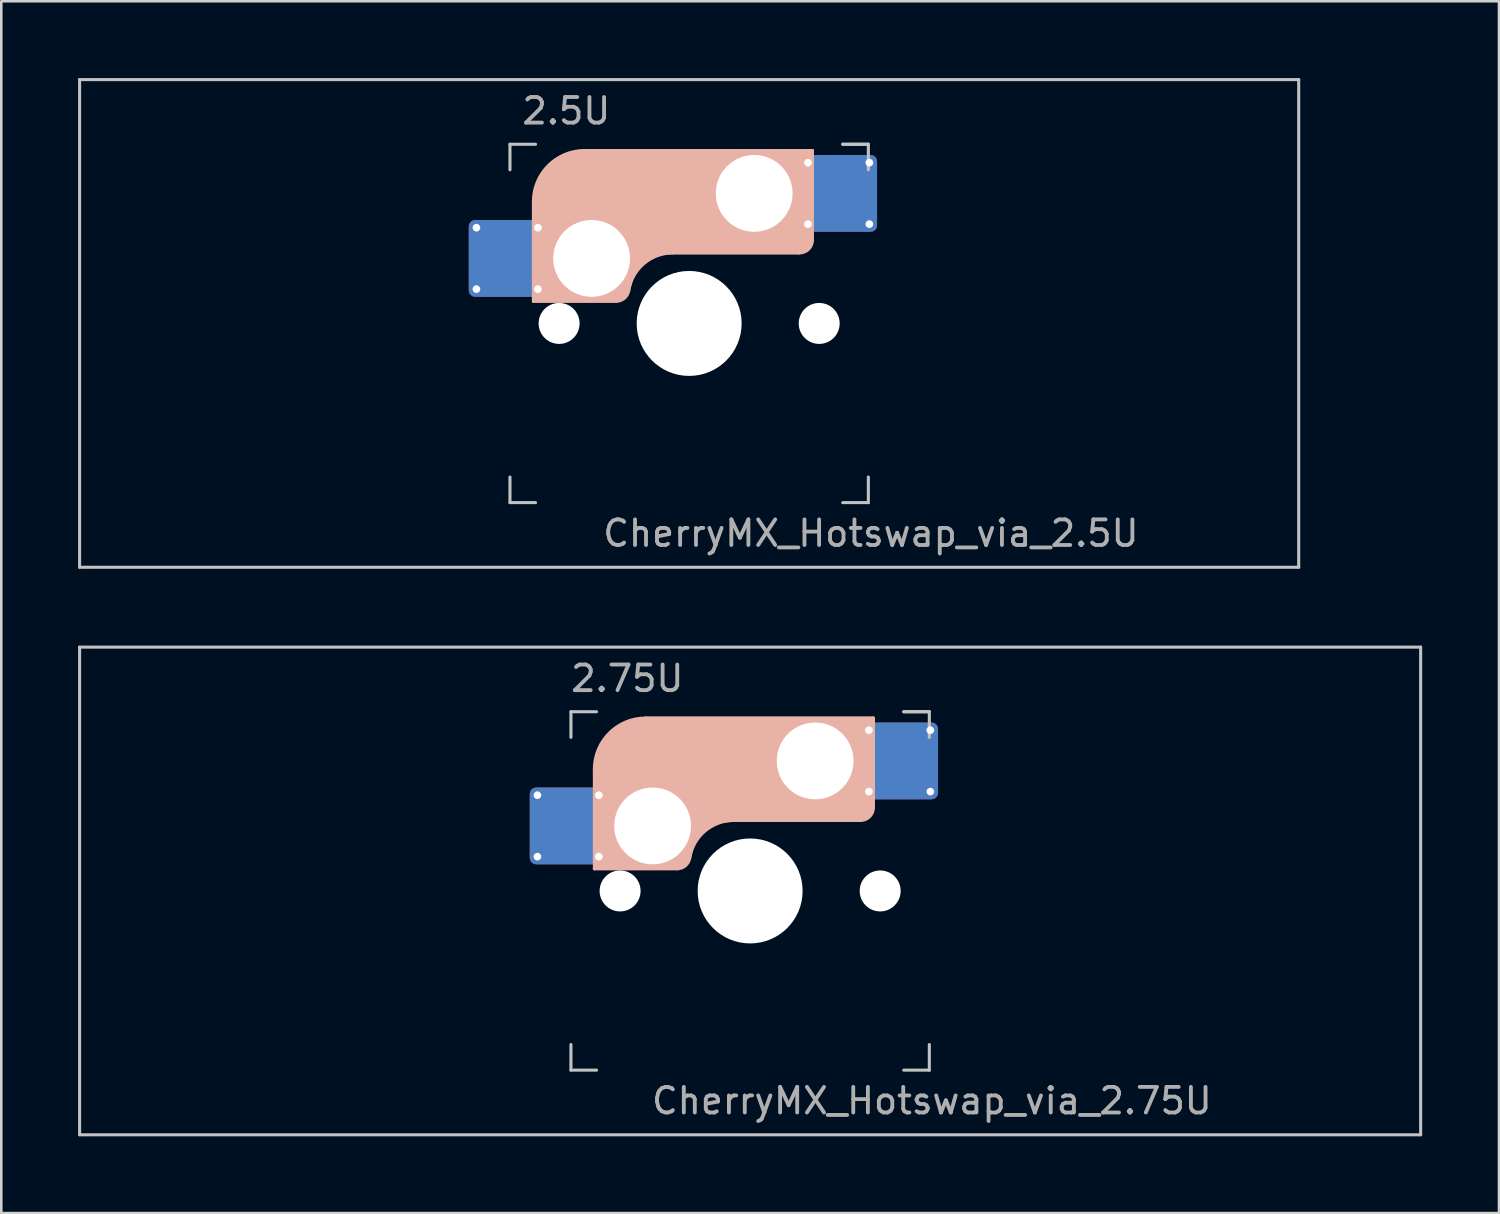
<source format=kicad_pcb>
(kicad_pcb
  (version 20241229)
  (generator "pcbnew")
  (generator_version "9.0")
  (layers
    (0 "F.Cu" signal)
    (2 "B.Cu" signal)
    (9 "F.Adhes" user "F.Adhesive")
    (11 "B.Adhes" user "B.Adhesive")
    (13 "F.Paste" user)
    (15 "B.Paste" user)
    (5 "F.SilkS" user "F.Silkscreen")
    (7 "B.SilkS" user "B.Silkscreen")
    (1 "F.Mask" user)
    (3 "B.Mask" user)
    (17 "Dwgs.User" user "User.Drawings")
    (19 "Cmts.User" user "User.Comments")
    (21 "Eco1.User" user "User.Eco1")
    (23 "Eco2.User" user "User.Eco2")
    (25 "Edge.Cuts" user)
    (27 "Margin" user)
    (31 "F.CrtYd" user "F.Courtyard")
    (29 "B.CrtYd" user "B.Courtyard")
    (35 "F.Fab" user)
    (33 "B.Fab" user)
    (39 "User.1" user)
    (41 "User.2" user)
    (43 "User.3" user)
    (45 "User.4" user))
  (footprint "CherryMX_Hotswap_via_2.75U"
    (layer "F.Cu")
    (at 26.254 31.755)
    (property "Reference" "CherryMX_Hotswap_via_2.75U" (at 7.1 8.2 0) (layer "F.Fab") (effects (font (size 1 1) (thickness 0.15))))
    (attr through_hole)
    (fp_line (start -8.11 -1.74) (end -8.11 -3.34) (stroke (width 0.12) (type solid)) (layer "B.Mask"))
    (fp_line (start -7.91 -3.54) (end -6.31 -3.54) (stroke (width 0.12) (type solid)) (layer "B.Mask"))
    (fp_line (start -6.31 -1.54) (end -7.91 -1.54) (stroke (width 0.12) (type solid)) (layer "B.Mask"))
    (fp_line (start -6.11 -3.34) (end -6.11 -1.74) (stroke (width 0.12) (type solid)) (layer "B.Mask"))
    (fp_line (start 4.84 -5.88) (end 4.84 -4.28) (stroke (width 0.12) (type solid)) (layer "B.Mask"))
    (fp_line (start 5.04 -6.08) (end 6.64 -6.08) (stroke (width 0.12) (type solid)) (layer "B.Mask"))
    (fp_line (start 5.04 -4.08) (end 6.64 -4.08) (stroke (width 0.12) (type solid)) (layer "B.Mask"))
    (fp_line (start 6.84 -4.28) (end 6.84 -5.88) (stroke (width 0.12) (type solid)) (layer "B.Mask"))
    (fp_arc (start -8.11 -3.34) (mid -8.051421 -3.481421) (end -7.91 -3.54) (stroke (width 0.12) (type solid)) (layer "B.Mask"))
    (fp_arc (start -7.91 -1.54) (mid -8.051421 -1.598579) (end -8.11 -1.74) (stroke (width 0.12) (type solid)) (layer "B.Mask"))
    (fp_arc (start -6.31 -3.54) (mid -6.168579 -3.481421) (end -6.11 -3.34) (stroke (width 0.12) (type solid)) (layer "B.Mask"))
    (fp_arc (start -6.11 -1.74) (mid -6.168579 -1.598579) (end -6.31 -1.54) (stroke (width 0.12) (type solid)) (layer "B.Mask"))
    (fp_arc (start 4.84 -5.88) (mid 4.898579 -6.021421) (end 5.04 -6.08) (stroke (width 0.12) (type solid)) (layer "B.Mask"))
    (fp_arc (start 5.04 -4.08) (mid 4.898579 -4.138579) (end 4.84 -4.28) (stroke (width 0.12) (type solid)) (layer "B.Mask"))
    (fp_arc (start 6.64 -6.08) (mid 6.781421 -6.021421) (end 6.84 -5.88) (stroke (width 0.12) (type solid)) (layer "B.Mask"))
    (fp_arc (start 6.84 -4.28) (mid 6.781421 -4.138579) (end 6.64 -4.08) (stroke (width 0.12) (type solid)) (layer "B.Mask"))
    (fp_poly (pts (xy -6.11 -3.34) (xy -6.11 -1.74) (xy -6.31 -1.54) (xy -7.91 -1.54) (xy -8.11 -1.74) (xy -8.11 -3.34) (xy -7.91 -3.54) (xy -6.31 -3.54)) (stroke (width 0.1) (type solid)) (fill yes) (layer "B.Mask"))
    (fp_poly (pts (xy 6.84 -5.88) (xy 6.84 -4.28) (xy 6.64 -4.08) (xy 5.04 -4.08) (xy 4.84 -4.28) (xy 4.84 -5.88) (xy 5.04 -6.08) (xy 6.64 -6.08)) (stroke (width 0.1) (type solid)) (fill yes) (layer "B.Mask"))
    (fp_line (start -6.085 -0.865) (end -6.085 -4.755) (stroke (width 0.12) (type solid)) (layer "B.SilkS"))
    (fp_line (start -4.085 -6.755) (end 4.815 -6.755) (stroke (width 0.12) (type solid)) (layer "B.SilkS"))
    (fp_line (start -2.852 -0.865) (end -6.085 -0.865) (stroke (width 0.12) (type solid)) (layer "B.SilkS"))
    (fp_line (start -0.635 -2.755) (end 4.315 -2.755) (stroke (width 0.12) (type solid)) (layer "B.SilkS"))
    (fp_line (start 4.815 -6.755) (end 4.815 -3.255) (stroke (width 0.12) (type solid)) (layer "B.SilkS"))
    (fp_arc (start -6.085 -4.755) (mid -5.499214 -6.169214) (end -4.085 -6.755) (stroke (width 0.12) (type solid)) (layer "B.SilkS"))
    (fp_arc (start -2.360959 -1.278326) (mid -1.770727 -2.335454) (end -0.635 -2.755) (stroke (width 0.12) (type solid)) (layer "B.SilkS"))
    (fp_arc (start -2.36 -1.278176) (mid -2.53101 -0.981978) (end -2.852404 -0.865) (stroke (width 0.12) (type solid)) (layer "B.SilkS"))
    (fp_arc (start 4.815 -3.255) (mid 4.668553 -2.901447) (end 4.315 -2.755) (stroke (width 0.12) (type solid)) (layer "B.SilkS"))
    (fp_poly (pts (xy 4.815 -3.255) (xy 4.633 -2.937) (xy 4.315 -2.755) (xy -0.635 -2.755) (xy -1.259 -2.696) (xy -1.805 -2.376) (xy -2.207 -1.885) (xy -2.361 -1.278) (xy -2.563 -1.02) (xy -2.852 -0.865) (xy -6.085 -0.865) (xy -6.085 -4.755) (xy -5.887 -5.501) (xy -5.464 -6.134) (xy -4.831 -6.557) (xy -4.085 -6.755) (xy 4.815 -6.755)) (stroke (width 0.1) (type solid)) (fill yes) (layer "B.SilkS"))
    (fp_line (start -8.11 -1.74) (end -8.11 -3.34) (stroke (width 0.12) (type solid)) (layer "B.Paste"))
    (fp_line (start -7.91 -3.54) (end -6.31 -3.54) (stroke (width 0.12) (type solid)) (layer "B.Paste"))
    (fp_line (start -6.31 -1.54) (end -7.91 -1.54) (stroke (width 0.12) (type solid)) (layer "B.Paste"))
    (fp_line (start -6.11 -3.34) (end -6.11 -1.74) (stroke (width 0.12) (type solid)) (layer "B.Paste"))
    (fp_line (start 4.84 -5.88) (end 4.84 -4.28) (stroke (width 0.12) (type solid)) (layer "B.Paste"))
    (fp_line (start 5.04 -6.08) (end 6.64 -6.08) (stroke (width 0.12) (type solid)) (layer "B.Paste"))
    (fp_line (start 5.04 -4.08) (end 6.64 -4.08) (stroke (width 0.12) (type solid)) (layer "B.Paste"))
    (fp_line (start 6.84 -4.28) (end 6.84 -5.88) (stroke (width 0.12) (type solid)) (layer "B.Paste"))
    (fp_arc (start -8.11 -3.34) (mid -8.051421 -3.481421) (end -7.91 -3.54) (stroke (width 0.12) (type solid)) (layer "B.Paste"))
    (fp_arc (start -7.91 -1.54) (mid -8.051421 -1.598579) (end -8.11 -1.74) (stroke (width 0.12) (type solid)) (layer "B.Paste"))
    (fp_arc (start -6.31 -3.54) (mid -6.168579 -3.481421) (end -6.11 -3.34) (stroke (width 0.12) (type solid)) (layer "B.Paste"))
    (fp_arc (start -6.11 -1.74) (mid -6.168579 -1.598579) (end -6.31 -1.54) (stroke (width 0.12) (type solid)) (layer "B.Paste"))
    (fp_arc (start 4.84 -5.88) (mid 4.898579 -6.021421) (end 5.04 -6.08) (stroke (width 0.12) (type solid)) (layer "B.Paste"))
    (fp_arc (start 5.04 -4.08) (mid 4.898579 -4.138579) (end 4.84 -4.28) (stroke (width 0.12) (type solid)) (layer "B.Paste"))
    (fp_arc (start 6.64 -6.08) (mid 6.781421 -6.021421) (end 6.84 -5.88) (stroke (width 0.12) (type solid)) (layer "B.Paste"))
    (fp_arc (start 6.84 -4.28) (mid 6.781421 -4.138579) (end 6.64 -4.08) (stroke (width 0.12) (type solid)) (layer "B.Paste"))
    (fp_poly (pts (xy -6.11 -3.34) (xy -6.11 -1.74) (xy -6.31 -1.54) (xy -7.91 -1.54) (xy -8.11 -1.74) (xy -8.11 -3.34) (xy -7.91 -3.54) (xy -6.31 -3.54)) (stroke (width 0.1) (type solid)) (fill yes) (layer "B.Paste"))
    (fp_poly (pts (xy 6.84 -5.88) (xy 6.84 -4.28) (xy 6.64 -4.08) (xy 5.04 -4.08) (xy 4.84 -4.28) (xy 4.84 -5.88) (xy 5.04 -6.08) (xy 6.64 -6.08)) (stroke (width 0.1) (type solid)) (fill yes) (layer "B.Paste"))
    (fp_line (start -26.194 -9.525) (end 26.194 -9.525) (stroke (width 0.12) (type solid)) (layer "Dwgs.User"))
    (fp_line (start -26.194 9.525) (end -26.194 -9.525) (stroke (width 0.12) (type solid)) (layer "Dwgs.User"))
    (fp_line (start -7 -7) (end -7 -6) (stroke (width 0.12) (type solid)) (layer "Dwgs.User"))
    (fp_line (start -7 -7) (end -6 -7) (stroke (width 0.12) (type solid)) (layer "Dwgs.User"))
    (fp_line (start -7 7) (end -7 6) (stroke (width 0.12) (type solid)) (layer "Dwgs.User"))
    (fp_line (start -7 7) (end -6 7) (stroke (width 0.12) (type solid)) (layer "Dwgs.User"))
    (fp_line (start 6 -7) (end 7 -7) (stroke (width 0.12) (type solid)) (layer "Dwgs.User"))
    (fp_line (start 7 -7) (end 6 -7) (stroke (width 0.12) (type solid)) (layer "Dwgs.User"))
    (fp_line (start 7 -7) (end 7 -6) (stroke (width 0.12) (type solid)) (layer "Dwgs.User"))
    (fp_line (start 7 7) (end 6 7) (stroke (width 0.12) (type solid)) (layer "Dwgs.User"))
    (fp_line (start 7 7) (end 7 6) (stroke (width 0.12) (type solid)) (layer "Dwgs.User"))
    (fp_line (start 26.194 -9.525) (end 26.194 9.525) (stroke (width 0.12) (type solid)) (layer "Dwgs.User"))
    (fp_line (start 26.194 9.525) (end -26.194 9.525) (stroke (width 0.12) (type solid)) (layer "Dwgs.User"))
    (fp_text user "2.75U" (at -4.8 -8.3 0) (layer "F.Fab") (effects (font (size 1 1) (thickness 0.15))))
    (pad "" np_thru_hole circle (at -5.08 0) (size 1.6 1.6) (drill 1.6) (layers "*.Cu" "*.Mask"))
    (pad "" np_thru_hole circle (at -3.81 -2.54) (size 3 3) (drill 3) (layers "*.Cu" "*.Mask"))
    (pad "" np_thru_hole circle (at 0 0) (size 4.1 4.1) (drill 4.1) (layers "*.Cu" "*.Mask"))
    (pad "" np_thru_hole circle (at 2.54 -5.08) (size 3 3) (drill 3) (layers "*.Cu" "*.Mask"))
    (pad "" np_thru_hole circle (at 5.08 0) (size 1.6 1.6) (drill 1.6) (layers "*.Cu" "*.Mask"))
    (pad "1" thru_hole circle (at -8.31 -3.74) (size 0.5 0.5) (drill 0.3) (layers "*.Cu"))
    (pad "1" thru_hole circle (at -8.31 -1.34) (size 0.5 0.5) (drill 0.3) (layers "*.Cu"))
    (pad "1" smd roundrect (at -7.11 -2.54) (size 3 3) (layers "F.Cu") (roundrect_rratio 0.083))
    (pad "1" smd roundrect (at -7.11 -2.54 180) (size 3 3) (layers "B.Cu") (roundrect_rratio 0.083))
    (pad "1" thru_hole circle (at -5.91 -3.74) (size 0.5 0.5) (drill 0.3) (layers "*.Cu"))
    (pad "1" thru_hole circle (at -5.91 -1.34) (size 0.5 0.5) (drill 0.3) (layers "*.Cu"))
    (pad "2" thru_hole circle (at 4.64 -6.28 180) (size 0.5 0.5) (drill 0.3) (layers "*.Cu"))
    (pad "2" thru_hole circle (at 4.64 -3.88 180) (size 0.5 0.5) (drill 0.3) (layers "*.Cu"))
    (pad "2" smd roundrect (at 5.84 -5.08 180) (size 3 3) (layers "F.Cu") (roundrect_rratio 0.083))
    (pad "2" smd roundrect (at 5.84 -5.08 180) (size 3 3) (layers "B.Cu") (roundrect_rratio 0.083))
    (pad "2" thru_hole circle (at 7.04 -6.28 180) (size 0.5 0.5) (drill 0.3) (layers "*.Cu"))
    (pad "2" thru_hole circle (at 7.04 -3.88 180) (size 0.5 0.5) (drill 0.3) (layers "*.Cu")))
  (footprint "CherryMX_Hotswap_via_2.5U"
    (layer "F.Cu")
    (at 23.872 9.585)
    (property "Reference" "CherryMX_Hotswap_via_2.5U" (at 7.1 8.2 0) (layer "F.Fab") (effects (font (size 1 1) (thickness 0.15))))
    (attr through_hole)
    (fp_line (start -8.11 -1.74) (end -8.11 -3.34) (stroke (width 0.12) (type solid)) (layer "B.Mask"))
    (fp_line (start -7.91 -3.54) (end -6.31 -3.54) (stroke (width 0.12) (type solid)) (layer "B.Mask"))
    (fp_line (start -6.31 -1.54) (end -7.91 -1.54) (stroke (width 0.12) (type solid)) (layer "B.Mask"))
    (fp_line (start -6.11 -3.34) (end -6.11 -1.74) (stroke (width 0.12) (type solid)) (layer "B.Mask"))
    (fp_line (start 4.84 -5.88) (end 4.84 -4.28) (stroke (width 0.12) (type solid)) (layer "B.Mask"))
    (fp_line (start 5.04 -6.08) (end 6.64 -6.08) (stroke (width 0.12) (type solid)) (layer "B.Mask"))
    (fp_line (start 5.04 -4.08) (end 6.64 -4.08) (stroke (width 0.12) (type solid)) (layer "B.Mask"))
    (fp_line (start 6.84 -4.28) (end 6.84 -5.88) (stroke (width 0.12) (type solid)) (layer "B.Mask"))
    (fp_arc (start -8.11 -3.34) (mid -8.051421 -3.481421) (end -7.91 -3.54) (stroke (width 0.12) (type solid)) (layer "B.Mask"))
    (fp_arc (start -7.91 -1.54) (mid -8.051421 -1.598579) (end -8.11 -1.74) (stroke (width 0.12) (type solid)) (layer "B.Mask"))
    (fp_arc (start -6.31 -3.54) (mid -6.168579 -3.481421) (end -6.11 -3.34) (stroke (width 0.12) (type solid)) (layer "B.Mask"))
    (fp_arc (start -6.11 -1.74) (mid -6.168579 -1.598579) (end -6.31 -1.54) (stroke (width 0.12) (type solid)) (layer "B.Mask"))
    (fp_arc (start 4.84 -5.88) (mid 4.898579 -6.021421) (end 5.04 -6.08) (stroke (width 0.12) (type solid)) (layer "B.Mask"))
    (fp_arc (start 5.04 -4.08) (mid 4.898579 -4.138579) (end 4.84 -4.28) (stroke (width 0.12) (type solid)) (layer "B.Mask"))
    (fp_arc (start 6.64 -6.08) (mid 6.781421 -6.021421) (end 6.84 -5.88) (stroke (width 0.12) (type solid)) (layer "B.Mask"))
    (fp_arc (start 6.84 -4.28) (mid 6.781421 -4.138579) (end 6.64 -4.08) (stroke (width 0.12) (type solid)) (layer "B.Mask"))
    (fp_poly (pts (xy -6.11 -3.34) (xy -6.11 -1.74) (xy -6.31 -1.54) (xy -7.91 -1.54) (xy -8.11 -1.74) (xy -8.11 -3.34) (xy -7.91 -3.54) (xy -6.31 -3.54)) (stroke (width 0.1) (type solid)) (fill yes) (layer "B.Mask"))
    (fp_poly (pts (xy 6.84 -5.88) (xy 6.84 -4.28) (xy 6.64 -4.08) (xy 5.04 -4.08) (xy 4.84 -4.28) (xy 4.84 -5.88) (xy 5.04 -6.08) (xy 6.64 -6.08)) (stroke (width 0.1) (type solid)) (fill yes) (layer "B.Mask"))
    (fp_line (start -6.085 -0.865) (end -6.085 -4.755) (stroke (width 0.12) (type solid)) (layer "B.SilkS"))
    (fp_line (start -4.085 -6.755) (end 4.815 -6.755) (stroke (width 0.12) (type solid)) (layer "B.SilkS"))
    (fp_line (start -2.852 -0.865) (end -6.085 -0.865) (stroke (width 0.12) (type solid)) (layer "B.SilkS"))
    (fp_line (start -0.635 -2.755) (end 4.315 -2.755) (stroke (width 0.12) (type solid)) (layer "B.SilkS"))
    (fp_line (start 4.815 -6.755) (end 4.815 -3.255) (stroke (width 0.12) (type solid)) (layer "B.SilkS"))
    (fp_arc (start -6.085 -4.755) (mid -5.499214 -6.169214) (end -4.085 -6.755) (stroke (width 0.12) (type solid)) (layer "B.SilkS"))
    (fp_arc (start -2.360959 -1.278326) (mid -1.770727 -2.335454) (end -0.635 -2.755) (stroke (width 0.12) (type solid)) (layer "B.SilkS"))
    (fp_arc (start -2.36 -1.278176) (mid -2.53101 -0.981978) (end -2.852404 -0.865) (stroke (width 0.12) (type solid)) (layer "B.SilkS"))
    (fp_arc (start 4.815 -3.255) (mid 4.668553 -2.901447) (end 4.315 -2.755) (stroke (width 0.12) (type solid)) (layer "B.SilkS"))
    (fp_poly (pts (xy 4.815 -3.255) (xy 4.633 -2.937) (xy 4.315 -2.755) (xy -0.635 -2.755) (xy -1.259 -2.696) (xy -1.805 -2.376) (xy -2.207 -1.885) (xy -2.361 -1.278) (xy -2.563 -1.02) (xy -2.852 -0.865) (xy -6.085 -0.865) (xy -6.085 -4.755) (xy -5.887 -5.501) (xy -5.464 -6.134) (xy -4.831 -6.557) (xy -4.085 -6.755) (xy 4.815 -6.755)) (stroke (width 0.1) (type solid)) (fill yes) (layer "B.SilkS"))
    (fp_line (start -8.11 -1.74) (end -8.11 -3.34) (stroke (width 0.12) (type solid)) (layer "B.Paste"))
    (fp_line (start -7.91 -3.54) (end -6.31 -3.54) (stroke (width 0.12) (type solid)) (layer "B.Paste"))
    (fp_line (start -6.31 -1.54) (end -7.91 -1.54) (stroke (width 0.12) (type solid)) (layer "B.Paste"))
    (fp_line (start -6.11 -3.34) (end -6.11 -1.74) (stroke (width 0.12) (type solid)) (layer "B.Paste"))
    (fp_line (start 4.84 -5.88) (end 4.84 -4.28) (stroke (width 0.12) (type solid)) (layer "B.Paste"))
    (fp_line (start 5.04 -6.08) (end 6.64 -6.08) (stroke (width 0.12) (type solid)) (layer "B.Paste"))
    (fp_line (start 5.04 -4.08) (end 6.64 -4.08) (stroke (width 0.12) (type solid)) (layer "B.Paste"))
    (fp_line (start 6.84 -4.28) (end 6.84 -5.88) (stroke (width 0.12) (type solid)) (layer "B.Paste"))
    (fp_arc (start -8.11 -3.34) (mid -8.051421 -3.481421) (end -7.91 -3.54) (stroke (width 0.12) (type solid)) (layer "B.Paste"))
    (fp_arc (start -7.91 -1.54) (mid -8.051421 -1.598579) (end -8.11 -1.74) (stroke (width 0.12) (type solid)) (layer "B.Paste"))
    (fp_arc (start -6.31 -3.54) (mid -6.168579 -3.481421) (end -6.11 -3.34) (stroke (width 0.12) (type solid)) (layer "B.Paste"))
    (fp_arc (start -6.11 -1.74) (mid -6.168579 -1.598579) (end -6.31 -1.54) (stroke (width 0.12) (type solid)) (layer "B.Paste"))
    (fp_arc (start 4.84 -5.88) (mid 4.898579 -6.021421) (end 5.04 -6.08) (stroke (width 0.12) (type solid)) (layer "B.Paste"))
    (fp_arc (start 5.04 -4.08) (mid 4.898579 -4.138579) (end 4.84 -4.28) (stroke (width 0.12) (type solid)) (layer "B.Paste"))
    (fp_arc (start 6.64 -6.08) (mid 6.781421 -6.021421) (end 6.84 -5.88) (stroke (width 0.12) (type solid)) (layer "B.Paste"))
    (fp_arc (start 6.84 -4.28) (mid 6.781421 -4.138579) (end 6.64 -4.08) (stroke (width 0.12) (type solid)) (layer "B.Paste"))
    (fp_poly (pts (xy -6.11 -3.34) (xy -6.11 -1.74) (xy -6.31 -1.54) (xy -7.91 -1.54) (xy -8.11 -1.74) (xy -8.11 -3.34) (xy -7.91 -3.54) (xy -6.31 -3.54)) (stroke (width 0.1) (type solid)) (fill yes) (layer "B.Paste"))
    (fp_poly (pts (xy 6.84 -5.88) (xy 6.84 -4.28) (xy 6.64 -4.08) (xy 5.04 -4.08) (xy 4.84 -4.28) (xy 4.84 -5.88) (xy 5.04 -6.08) (xy 6.64 -6.08)) (stroke (width 0.1) (type solid)) (fill yes) (layer "B.Paste"))
    (fp_line (start -23.812 -9.525) (end 23.812 -9.525) (stroke (width 0.12) (type solid)) (layer "Dwgs.User"))
    (fp_line (start -23.812 9.525) (end -23.812 -9.525) (stroke (width 0.12) (type solid)) (layer "Dwgs.User"))
    (fp_line (start -7 -7) (end -7 -6) (stroke (width 0.12) (type solid)) (layer "Dwgs.User"))
    (fp_line (start -7 -7) (end -6 -7) (stroke (width 0.12) (type solid)) (layer "Dwgs.User"))
    (fp_line (start -7 7) (end -7 6) (stroke (width 0.12) (type solid)) (layer "Dwgs.User"))
    (fp_line (start -7 7) (end -6 7) (stroke (width 0.12) (type solid)) (layer "Dwgs.User"))
    (fp_line (start 6 -7) (end 7 -7) (stroke (width 0.12) (type solid)) (layer "Dwgs.User"))
    (fp_line (start 7 -7) (end 6 -7) (stroke (width 0.12) (type solid)) (layer "Dwgs.User"))
    (fp_line (start 7 -7) (end 7 -6) (stroke (width 0.12) (type solid)) (layer "Dwgs.User"))
    (fp_line (start 7 7) (end 6 7) (stroke (width 0.12) (type solid)) (layer "Dwgs.User"))
    (fp_line (start 7 7) (end 7 6) (stroke (width 0.12) (type solid)) (layer "Dwgs.User"))
    (fp_line (start 23.812 -9.525) (end 23.812 9.525) (stroke (width 0.12) (type solid)) (layer "Dwgs.User"))
    (fp_line (start 23.812 9.525) (end -23.812 9.525) (stroke (width 0.12) (type solid)) (layer "Dwgs.User"))
    (fp_text user "2.5U" (at -4.8 -8.3 0) (layer "F.Fab") (effects (font (size 1 1) (thickness 0.15))))
    (pad "" np_thru_hole circle (at -5.08 0) (size 1.6 1.6) (drill 1.6) (layers "*.Cu" "*.Mask"))
    (pad "" np_thru_hole circle (at -3.81 -2.54) (size 3 3) (drill 3) (layers "*.Cu" "*.Mask"))
    (pad "" np_thru_hole circle (at 0 0) (size 4.1 4.1) (drill 4.1) (layers "*.Cu" "*.Mask"))
    (pad "" np_thru_hole circle (at 2.54 -5.08) (size 3 3) (drill 3) (layers "*.Cu" "*.Mask"))
    (pad "" np_thru_hole circle (at 5.08 0) (size 1.6 1.6) (drill 1.6) (layers "*.Cu" "*.Mask"))
    (pad "1" thru_hole circle (at -8.31 -3.74) (size 0.5 0.5) (drill 0.3) (layers "*.Cu"))
    (pad "1" thru_hole circle (at -8.31 -1.34) (size 0.5 0.5) (drill 0.3) (layers "*.Cu"))
    (pad "1" smd roundrect (at -7.11 -2.54) (size 3 3) (layers "F.Cu") (roundrect_rratio 0.083))
    (pad "1" smd roundrect (at -7.11 -2.54 180) (size 3 3) (layers "B.Cu") (roundrect_rratio 0.083))
    (pad "1" thru_hole circle (at -5.91 -3.74) (size 0.5 0.5) (drill 0.3) (layers "*.Cu"))
    (pad "1" thru_hole circle (at -5.91 -1.34) (size 0.5 0.5) (drill 0.3) (layers "*.Cu"))
    (pad "2" thru_hole circle (at 4.64 -6.28 180) (size 0.5 0.5) (drill 0.3) (layers "*.Cu"))
    (pad "2" thru_hole circle (at 4.64 -3.88 180) (size 0.5 0.5) (drill 0.3) (layers "*.Cu"))
    (pad "2" smd roundrect (at 5.84 -5.08 180) (size 3 3) (layers "F.Cu") (roundrect_rratio 0.083))
    (pad "2" smd roundrect (at 5.84 -5.08 180) (size 3 3) (layers "B.Cu") (roundrect_rratio 0.083))
    (pad "2" thru_hole circle (at 7.04 -6.28 180) (size 0.5 0.5) (drill 0.3) (layers "*.Cu"))
    (pad "2" thru_hole circle (at 7.04 -3.88 180) (size 0.5 0.5) (drill 0.3) (layers "*.Cu")))
  (gr_rect
    (start -3 -3)
    (end 55.508 44.34)
    (stroke (width 0.1) (type default))
    (fill no)
    (layer "Edge.Cuts")))
</source>
